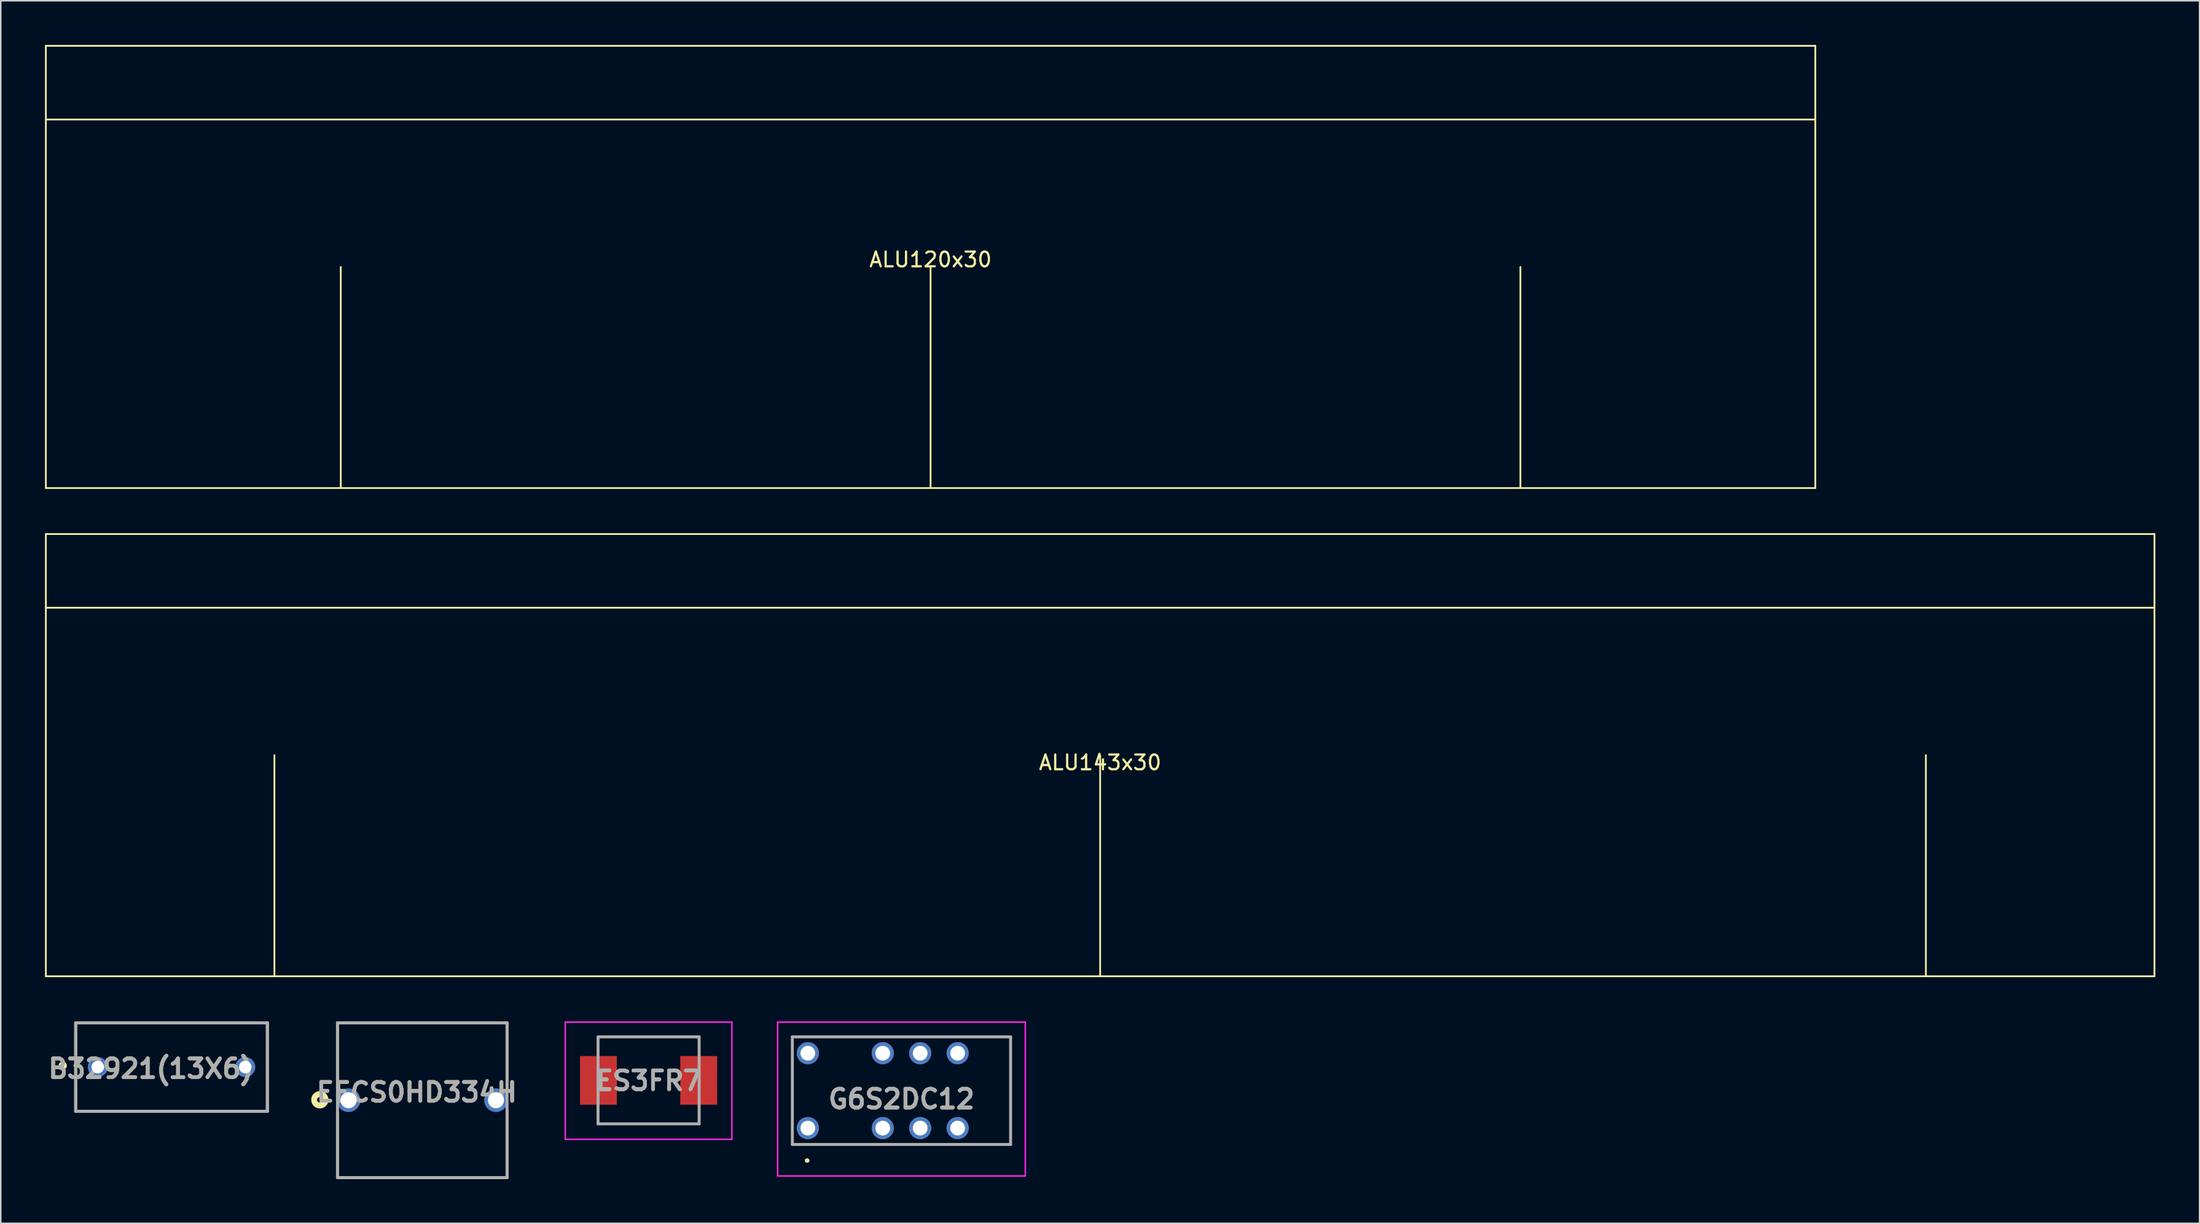
<source format=kicad_pcb>
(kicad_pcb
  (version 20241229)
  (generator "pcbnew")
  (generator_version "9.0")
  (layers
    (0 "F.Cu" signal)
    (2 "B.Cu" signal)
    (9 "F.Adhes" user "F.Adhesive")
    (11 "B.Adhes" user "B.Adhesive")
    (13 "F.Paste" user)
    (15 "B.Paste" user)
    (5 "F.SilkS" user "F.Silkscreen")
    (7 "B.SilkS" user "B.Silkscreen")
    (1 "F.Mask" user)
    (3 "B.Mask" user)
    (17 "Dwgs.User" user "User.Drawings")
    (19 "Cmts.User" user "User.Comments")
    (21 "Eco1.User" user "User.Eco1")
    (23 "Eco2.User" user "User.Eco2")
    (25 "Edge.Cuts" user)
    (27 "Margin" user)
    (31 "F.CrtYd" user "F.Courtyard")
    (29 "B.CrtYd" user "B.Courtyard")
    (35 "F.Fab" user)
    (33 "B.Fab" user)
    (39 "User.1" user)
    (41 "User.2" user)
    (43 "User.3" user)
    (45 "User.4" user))
  (footprint "ES3FR7"
    (layer "F.Cu")
    (at 40.936 70.242)
    (property "Reference" "ES3FR7" (at 0 0.024 0) (layer "F.SilkS") (effects (font (size 1.27 1.27) (thickness 0.254))))
    (attr smd)
    (fp_line (start -3.428 -2.952) (end 3.4 -2.952) (stroke (width 0.1) (type solid)) (layer "F.SilkS"))
    (fp_line (start -3.428 -2) (end -3.428 -2.952) (stroke (width 0.1) (type solid)) (layer "F.SilkS"))
    (fp_line (start -3.428 2) (end -3.428 2.952) (stroke (width 0.1) (type solid)) (layer "F.SilkS"))
    (fp_line (start -3.428 2.952) (end 3.4 2.952) (stroke (width 0.1) (type solid)) (layer "F.SilkS"))
    (fp_line (start 3.4 -2.952) (end 3.428 -2.952) (stroke (width 0.1) (type solid)) (layer "F.SilkS"))
    (fp_line (start 3.4 2.952) (end 3.428 2.952) (stroke (width 0.1) (type solid)) (layer "F.SilkS"))
    (fp_line (start 3.428 -2.952) (end 3.428 -2) (stroke (width 0.1) (type solid)) (layer "F.SilkS"))
    (fp_line (start 3.428 2.952) (end 3.428 2) (stroke (width 0.1) (type solid)) (layer "F.SilkS"))
    (fp_line (start -5.65 -3.952) (end 5.65 -3.952) (stroke (width 0.1) (type solid)) (layer "F.CrtYd"))
    (fp_line (start -5.65 4) (end -5.65 -3.952) (stroke (width 0.1) (type solid)) (layer "F.CrtYd"))
    (fp_line (start 5.65 -3.952) (end 5.65 4) (stroke (width 0.1) (type solid)) (layer "F.CrtYd"))
    (fp_line (start 5.65 4) (end -5.65 4) (stroke (width 0.1) (type solid)) (layer "F.CrtYd"))
    (fp_line (start -3.428 -2.952) (end 3.428 -2.952) (stroke (width 0.2) (type solid)) (layer "F.Fab"))
    (fp_line (start -3.428 2.952) (end -3.428 -2.952) (stroke (width 0.2) (type solid)) (layer "F.Fab"))
    (fp_line (start 3.428 -2.952) (end 3.428 2.952) (stroke (width 0.2) (type solid)) (layer "F.Fab"))
    (fp_line (start 3.428 2.952) (end -3.428 2.952) (stroke (width 0.2) (type solid)) (layer "F.Fab"))
    (fp_text user "${REFERENCE}" (at 0 0.024 0) (layer "F.Fab") (effects (font (size 1.27 1.27) (thickness 0.254))))
    (pad "1" smd rect (at -3.4 0) (size 2.5 3.3) (layers "F.Cu" "F.Mask" "F.Paste"))
    (pad "2" smd rect (at 3.4 0) (size 2.5 3.3) (layers "F.Cu" "F.Mask" "F.Paste")))
  (footprint "G6S2DC12"
    (layer "F.Cu")
    (at 51.736 73.48)
    (property "Reference" "G6S2DC12" (at 6.35 -1.97 0) (layer "F.SilkS") (effects (font (size 1.27 1.27) (thickness 0.254))))
    (attr through_hole)
    (fp_line (start -1.05 -3.54) (end -1.05 -3.54) (stroke (width 0.1) (type solid)) (layer "F.SilkS"))
    (fp_line (start -1.05 -3.54) (end -1.05 -1.54) (stroke (width 0.1) (type solid)) (layer "F.SilkS"))
    (fp_line (start -1.05 -1.54) (end -1.05 -3.54) (stroke (width 0.1) (type solid)) (layer "F.SilkS"))
    (fp_line (start -1.05 -1.54) (end -1.05 -1.54) (stroke (width 0.1) (type solid)) (layer "F.SilkS"))
    (fp_line (start -0.1 2.2) (end -0.1 2.2) (stroke (width 0.2) (type solid)) (layer "F.SilkS"))
    (fp_line (start -0.1 2.2) (end -0.1 2.2) (stroke (width 0.2) (type solid)) (layer "F.SilkS"))
    (fp_line (start 0 2.2) (end 0 2.2) (stroke (width 0.2) (type solid)) (layer "F.SilkS"))
    (fp_line (start 1.5 -6.19) (end 1.5 -6.19) (stroke (width 0.1) (type solid)) (layer "F.SilkS"))
    (fp_line (start 1.5 -6.19) (end 3.5 -6.19) (stroke (width 0.1) (type solid)) (layer "F.SilkS"))
    (fp_line (start 1.5 1.11) (end 1.5 1.11) (stroke (width 0.1) (type solid)) (layer "F.SilkS"))
    (fp_line (start 1.5 1.11) (end 3.5 1.11) (stroke (width 0.1) (type solid)) (layer "F.SilkS"))
    (fp_line (start 3.5 -6.19) (end 1.5 -6.19) (stroke (width 0.1) (type solid)) (layer "F.SilkS"))
    (fp_line (start 3.5 -6.19) (end 3.5 -6.19) (stroke (width 0.1) (type solid)) (layer "F.SilkS"))
    (fp_line (start 3.5 1.11) (end 1.5 1.11) (stroke (width 0.1) (type solid)) (layer "F.SilkS"))
    (fp_line (start 3.5 1.11) (end 3.5 1.11) (stroke (width 0.1) (type solid)) (layer "F.SilkS"))
    (fp_line (start 11.75 -6.19) (end 11.75 -6.19) (stroke (width 0.1) (type solid)) (layer "F.SilkS"))
    (fp_line (start 11.75 -6.19) (end 13.75 -6.19) (stroke (width 0.1) (type solid)) (layer "F.SilkS"))
    (fp_line (start 11.75 1.11) (end 11.75 1.11) (stroke (width 0.1) (type solid)) (layer "F.SilkS"))
    (fp_line (start 11.75 1.11) (end 13.75 1.11) (stroke (width 0.1) (type solid)) (layer "F.SilkS"))
    (fp_line (start 13.75 -6.19) (end 11.75 -6.19) (stroke (width 0.1) (type solid)) (layer "F.SilkS"))
    (fp_line (start 13.75 -6.19) (end 13.75 -6.19) (stroke (width 0.1) (type solid)) (layer "F.SilkS"))
    (fp_line (start 13.75 -6.19) (end 13.75 -6.19) (stroke (width 0.1) (type solid)) (layer "F.SilkS"))
    (fp_line (start 13.75 -6.19) (end 13.75 1.11) (stroke (width 0.1) (type solid)) (layer "F.SilkS"))
    (fp_line (start 13.75 1.11) (end 11.75 1.11) (stroke (width 0.1) (type solid)) (layer "F.SilkS"))
    (fp_line (start 13.75 1.11) (end 13.75 -6.19) (stroke (width 0.1) (type solid)) (layer "F.SilkS"))
    (fp_line (start 13.75 1.11) (end 13.75 1.11) (stroke (width 0.1) (type solid)) (layer "F.SilkS"))
    (fp_line (start 13.75 1.11) (end 13.75 1.11) (stroke (width 0.1) (type solid)) (layer "F.SilkS"))
    (fp_arc (start -0.1 2.2) (mid -0.05 2.15) (end 0 2.2) (stroke (width 0.2) (type solid)) (layer "F.SilkS"))
    (fp_arc (start 0 2.2) (mid -0.05 2.25) (end -0.1 2.2) (stroke (width 0.2) (type solid)) (layer "F.SilkS"))
    (fp_arc (start 0 2.2) (mid -0.05 2.25) (end -0.1 2.2) (stroke (width 0.2) (type solid)) (layer "F.SilkS"))
    (fp_line (start -2.05 -7.19) (end -2.05 3.25) (stroke (width 0.1) (type solid)) (layer "F.CrtYd"))
    (fp_line (start -2.05 3.25) (end 14.75 3.25) (stroke (width 0.1) (type solid)) (layer "F.CrtYd"))
    (fp_line (start 14.75 -7.19) (end -2.05 -7.19) (stroke (width 0.1) (type solid)) (layer "F.CrtYd"))
    (fp_line (start 14.75 3.25) (end 14.75 -7.19) (stroke (width 0.1) (type solid)) (layer "F.CrtYd"))
    (fp_line (start -1.05 -6.19) (end 13.75 -6.19) (stroke (width 0.2) (type solid)) (layer "F.Fab"))
    (fp_line (start -1.05 1.11) (end -1.05 -6.19) (stroke (width 0.2) (type solid)) (layer "F.Fab"))
    (fp_line (start 13.75 -6.19) (end 13.75 1.11) (stroke (width 0.2) (type solid)) (layer "F.Fab"))
    (fp_line (start 13.75 1.11) (end -1.05 1.11) (stroke (width 0.2) (type solid)) (layer "F.Fab"))
    (fp_text user "${REFERENCE}" (at 6.35 -1.97 0) (layer "F.Fab") (effects (font (size 1.27 1.27) (thickness 0.254))))
    (pad "1" thru_hole circle (at 0 0) (size 1.5 1.5) (drill 1) (layers "*.Cu" "*.Mask"))
    (pad "3" thru_hole circle (at 5.08 0) (size 1.5 1.5) (drill 1) (layers "*.Cu" "*.Mask"))
    (pad "4" thru_hole circle (at 7.62 0) (size 1.5 1.5) (drill 1) (layers "*.Cu" "*.Mask"))
    (pad "5" thru_hole circle (at 10.16 0) (size 1.5 1.5) (drill 1) (layers "*.Cu" "*.Mask"))
    (pad "8" thru_hole circle (at 10.16 -5.08) (size 1.5 1.5) (drill 1) (layers "*.Cu" "*.Mask"))
    (pad "9" thru_hole circle (at 7.62 -5.08) (size 1.5 1.5) (drill 1) (layers "*.Cu" "*.Mask"))
    (pad "10" thru_hole circle (at 5.08 -5.08) (size 1.5 1.5) (drill 1) (layers "*.Cu" "*.Mask"))
    (pad "12" thru_hole circle (at 0 -5.08) (size 1.5 1.5) (drill 1) (layers "*.Cu" "*.Mask")))
  (footprint "ALU143x30"
    (layer "F.Cu")
    (at 71.56 48.18)
    (property "Reference" "ALU143x30" (at 0 0.5 0) (layer "F.SilkS") (effects (font (size 1 1) (thickness 0.15))))
    (attr exclude_from_pos_files exclude_from_bom)
    (fp_line (start -71.5 -15) (end -71.5 15) (stroke (width 0.12) (type solid)) (layer "F.SilkS"))
    (fp_line (start -71.5 -10) (end 71.5 -10) (stroke (width 0.12) (type solid)) (layer "F.SilkS"))
    (fp_line (start -71.5 15) (end 71.5 15) (stroke (width 0.12) (type solid)) (layer "F.SilkS"))
    (fp_line (start -56 0) (end -56 15) (stroke (width 0.12) (type solid)) (layer "F.SilkS"))
    (fp_line (start 0 0) (end 0 15) (stroke (width 0.12) (type solid)) (layer "F.SilkS"))
    (fp_line (start 56 0) (end 56 15) (stroke (width 0.12) (type solid)) (layer "F.SilkS"))
    (fp_line (start 71.5 -15) (end -71.5 -15) (stroke (width 0.12) (type solid)) (layer "F.SilkS"))
    (fp_line (start 71.5 15) (end 71.5 -15) (stroke (width 0.12) (type solid)) (layer "F.SilkS")))
  (footprint "ALU120x30"
    (layer "F.Cu")
    (at 60.06 15.06)
    (property "Reference" "ALU120x30" (at 0 -0.5 0) (layer "F.SilkS") (effects (font (size 1 1) (thickness 0.15))))
    (attr exclude_from_pos_files exclude_from_bom)
    (fp_line (start -60 -15) (end -60 15) (stroke (width 0.12) (type solid)) (layer "F.SilkS"))
    (fp_line (start -60 -10) (end 60 -10) (stroke (width 0.12) (type solid)) (layer "F.SilkS"))
    (fp_line (start -60 15) (end 60 15) (stroke (width 0.12) (type solid)) (layer "F.SilkS"))
    (fp_line (start -40 0) (end -40 15) (stroke (width 0.12) (type solid)) (layer "F.SilkS"))
    (fp_line (start 0 0) (end 0 15) (stroke (width 0.12) (type solid)) (layer "F.SilkS"))
    (fp_line (start 40 0) (end 40 15) (stroke (width 0.12) (type solid)) (layer "F.SilkS"))
    (fp_line (start 60 -15) (end -60 -15) (stroke (width 0.12) (type solid)) (layer "F.SilkS"))
    (fp_line (start 60 15) (end 60 -15) (stroke (width 0.12) (type solid)) (layer "F.SilkS")))
  (footprint "B32921(13X6)"
    (layer "F.Cu")
    (at 8.582 69.34)
    (property "Reference" "B32921(13X6)" (at -1.403 0.11 0) (layer "F.SilkS") (effects (font (size 1.27 1.27) (thickness 0.254))))
    (attr through_hole)
    (fp_line (start -6.5 -3) (end 6.5 -3) (stroke (width 0.2) (type solid)) (layer "F.SilkS"))
    (fp_line (start -6.5 3) (end -6.5 -3) (stroke (width 0.2) (type solid)) (layer "F.SilkS"))
    (fp_line (start 6.5 -3) (end 6.5 3) (stroke (width 0.2) (type solid)) (layer "F.SilkS"))
    (fp_line (start 6.5 3) (end -6.5 3) (stroke (width 0.2) (type solid)) (layer "F.SilkS"))
    (fp_circle (center -7.38 -0.093) (end -7.38 -0.013) (stroke (width 0.2) (type solid)) (fill no) (layer "F.SilkS"))
    (fp_line (start -6.5 -3) (end 6.5 -3) (stroke (width 0.2) (type solid)) (layer "F.Fab"))
    (fp_line (start -6.5 3) (end -6.5 -3) (stroke (width 0.2) (type solid)) (layer "F.Fab"))
    (fp_line (start 6.5 -3) (end 6.5 3) (stroke (width 0.2) (type solid)) (layer "F.Fab"))
    (fp_line (start 6.5 3) (end -6.5 3) (stroke (width 0.2) (type solid)) (layer "F.Fab"))
    (fp_text user "${REFERENCE}" (at -1.403 0.11 0) (layer "F.Fab") (effects (font (size 1.27 1.27) (thickness 0.254))))
    (pad "1" thru_hole circle (at -5 0) (size 1.35 1.35) (drill 0.85) (layers "*.Cu" "*.Mask"))
    (pad "2" thru_hole circle (at 5 0) (size 1.35 1.35) (drill 0.85) (layers "*.Cu" "*.Mask")))
  (footprint "EECS0HD334H"
    (layer "F.Cu")
    (at 25.587 71.59)
    (property "Reference" "EECS0HD334H" (at -0.378 -0.542 0) (layer "F.SilkS") (effects (font (size 1.27 1.27) (thickness 0.254))))
    (attr through_hole)
    (fp_line (start -5.75 -5.25) (end -5.75 -0.817) (stroke (width 0.2) (type solid)) (layer "F.SilkS"))
    (fp_line (start -5.75 5.25) (end -5.75 0.874) (stroke (width 0.2) (type solid)) (layer "F.SilkS"))
    (fp_line (start -5.75 5.25) (end 5.75 5.25) (stroke (width 0.2) (type solid)) (layer "F.SilkS"))
    (fp_line (start 5.75 -5.25) (end -5.75 -5.25) (stroke (width 0.2) (type solid)) (layer "F.SilkS"))
    (fp_line (start 5.75 -5.25) (end 5.75 -0.896) (stroke (width 0.2) (type solid)) (layer "F.SilkS"))
    (fp_line (start 5.75 5.25) (end 5.75 0.717) (stroke (width 0.2) (type solid)) (layer "F.SilkS"))
    (fp_circle (center -6.946 -0.03) (end -6.946 0.157) (stroke (width 0.4) (type solid)) (fill no) (layer "F.SilkS"))
    (fp_line (start -5.75 -5.25) (end 5.75 -5.25) (stroke (width 0.2) (type solid)) (layer "F.Fab"))
    (fp_line (start -5.75 5.25) (end -5.75 -5.25) (stroke (width 0.2) (type solid)) (layer "F.Fab"))
    (fp_line (start 5.75 -5.25) (end 5.75 5.25) (stroke (width 0.2) (type solid)) (layer "F.Fab"))
    (fp_line (start 5.75 5.25) (end -5.75 5.25) (stroke (width 0.2) (type solid)) (layer "F.Fab"))
    (fp_text user "${REFERENCE}" (at -0.378 -0.542 0) (layer "F.Fab") (effects (font (size 1.27 1.27) (thickness 0.254))))
    (pad "1" thru_hole circle (at -5 0) (size 1.59 1.59) (drill 1.09) (layers "*.Cu" "*.Mask"))
    (pad "2" thru_hole circle (at 5 0) (size 1.59 1.59) (drill 1.09) (layers "*.Cu" "*.Mask")))
  (gr_rect
    (start -3 -3)
    (end 146.12 79.94)
    (stroke (width 0.1) (type default))
    (fill no)
    (layer "Edge.Cuts")))
</source>
